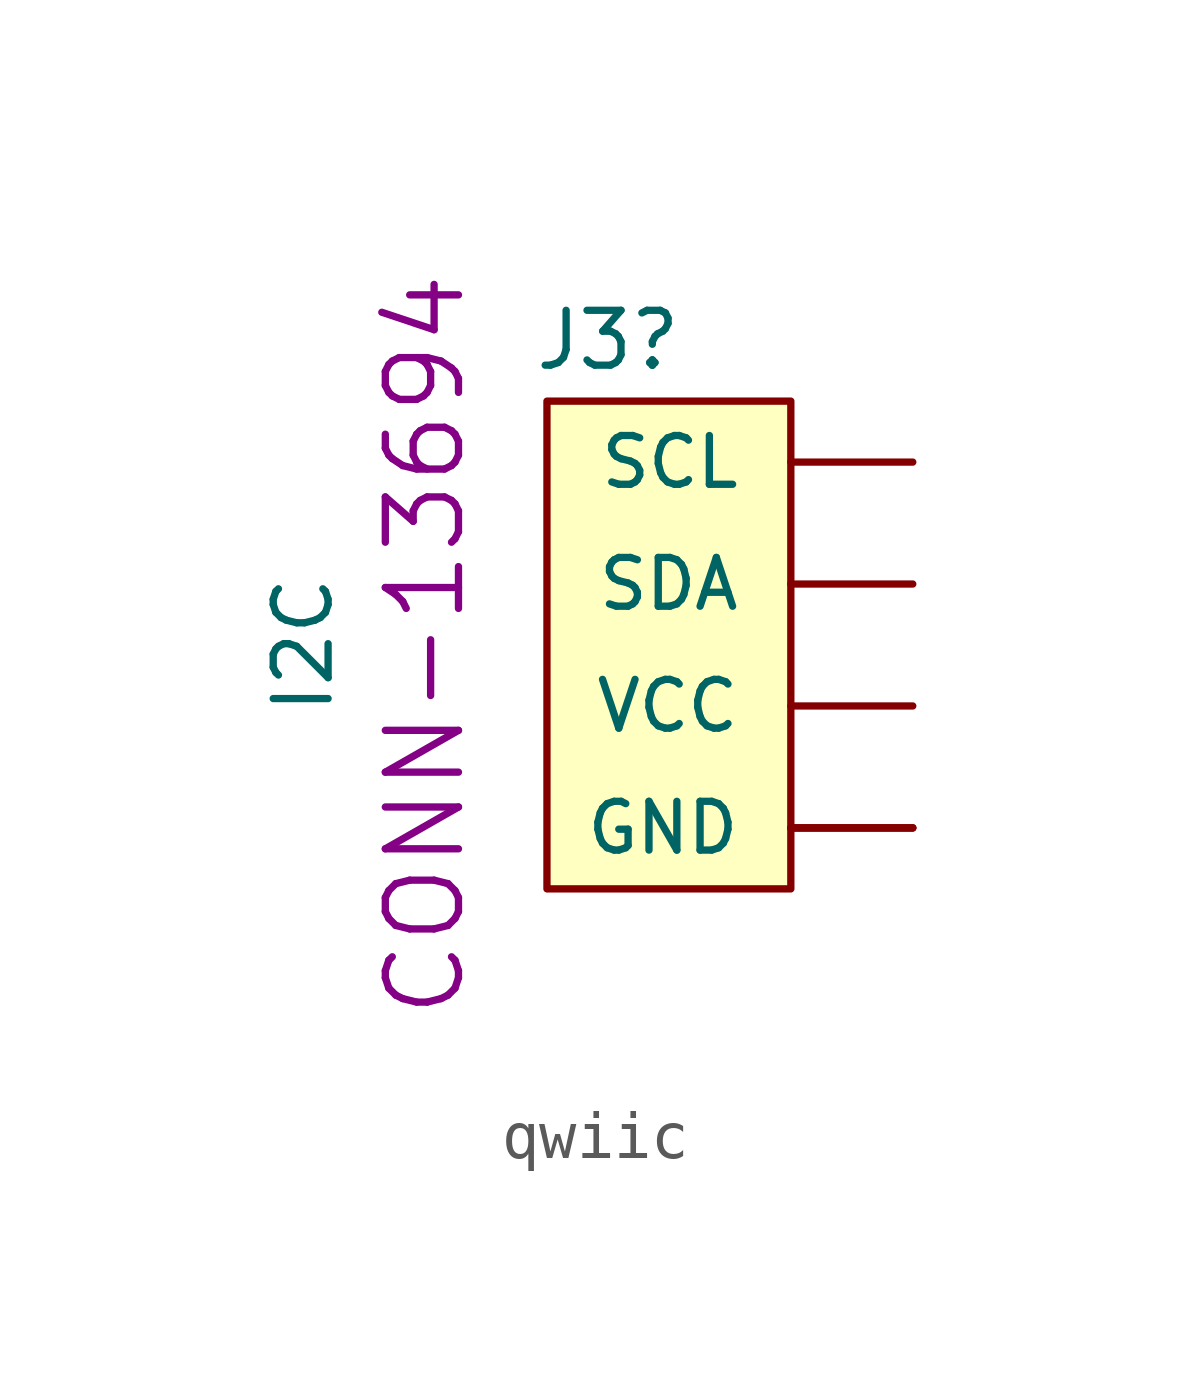
<source format=kicad_sym>
(kicad_symbol_lib
  (version 20220914)
  (generator kicad_symbol_editor)
  (symbol "qwiic"
    (pin_numbers hide)
    (pin_names
      (offset 1.016))
    (property "Reference" "J3"
      (at -3.81 10.16 0)
      (effects (font (size 1.143 1.143))))
    (property "Value" "I2C"
      (at -10.16 3.81 90)
      (effects (font (size 1.143 1.143))))
    (property "Field4" "CONN-13694"
      (at -7.62 3.81 90)
      (effects (font (size 1.524 1.524))))
    (symbol "qwiic_1_0"
      (rectangle (start 0 -1.27) (end -5.08 8.89) (stroke (width 0) (type default)) (fill (type background))))
    (symbol "qwiic_1_1"
      (pin power_in line (at 2.54 0 180) (length 2.54) (name "GND" (effects (font (size 1.016 1.016)))) (number "1" (effects (font (size 1.016 1.016)))))
      (pin power_in line (at 2.54 2.54 180) (length 2.54) (name "VCC" (effects (font (size 1.016 1.016)))) (number "2" (effects (font (size 1.016 1.016)))))
      (pin passive line (at 2.54 5.08 180) (length 2.54) (name "SDA" (effects (font (size 1.016 1.016)))) (number "3" (effects (font (size 1.016 1.016)))))
      (pin passive line (at 2.54 7.62 180) (length 2.54) (name "SCL" (effects (font (size 1.016 1.016)))) (number "4" (effects (font (size 1.016 1.016)))))
      (pin power_in line (at 2.54 0 180) (length 2.54) (name "~" (effects (font (size 1.27 1.27)))) (number "5" (effects (font (size 1.27 1.27)))))
      (pin power_in line (at 2.54 0 180) (length 2.54) (name "~" (effects (font (size 1.27 1.27)))) (number "6" (effects (font (size 1.27 1.27))))))))
</source>
